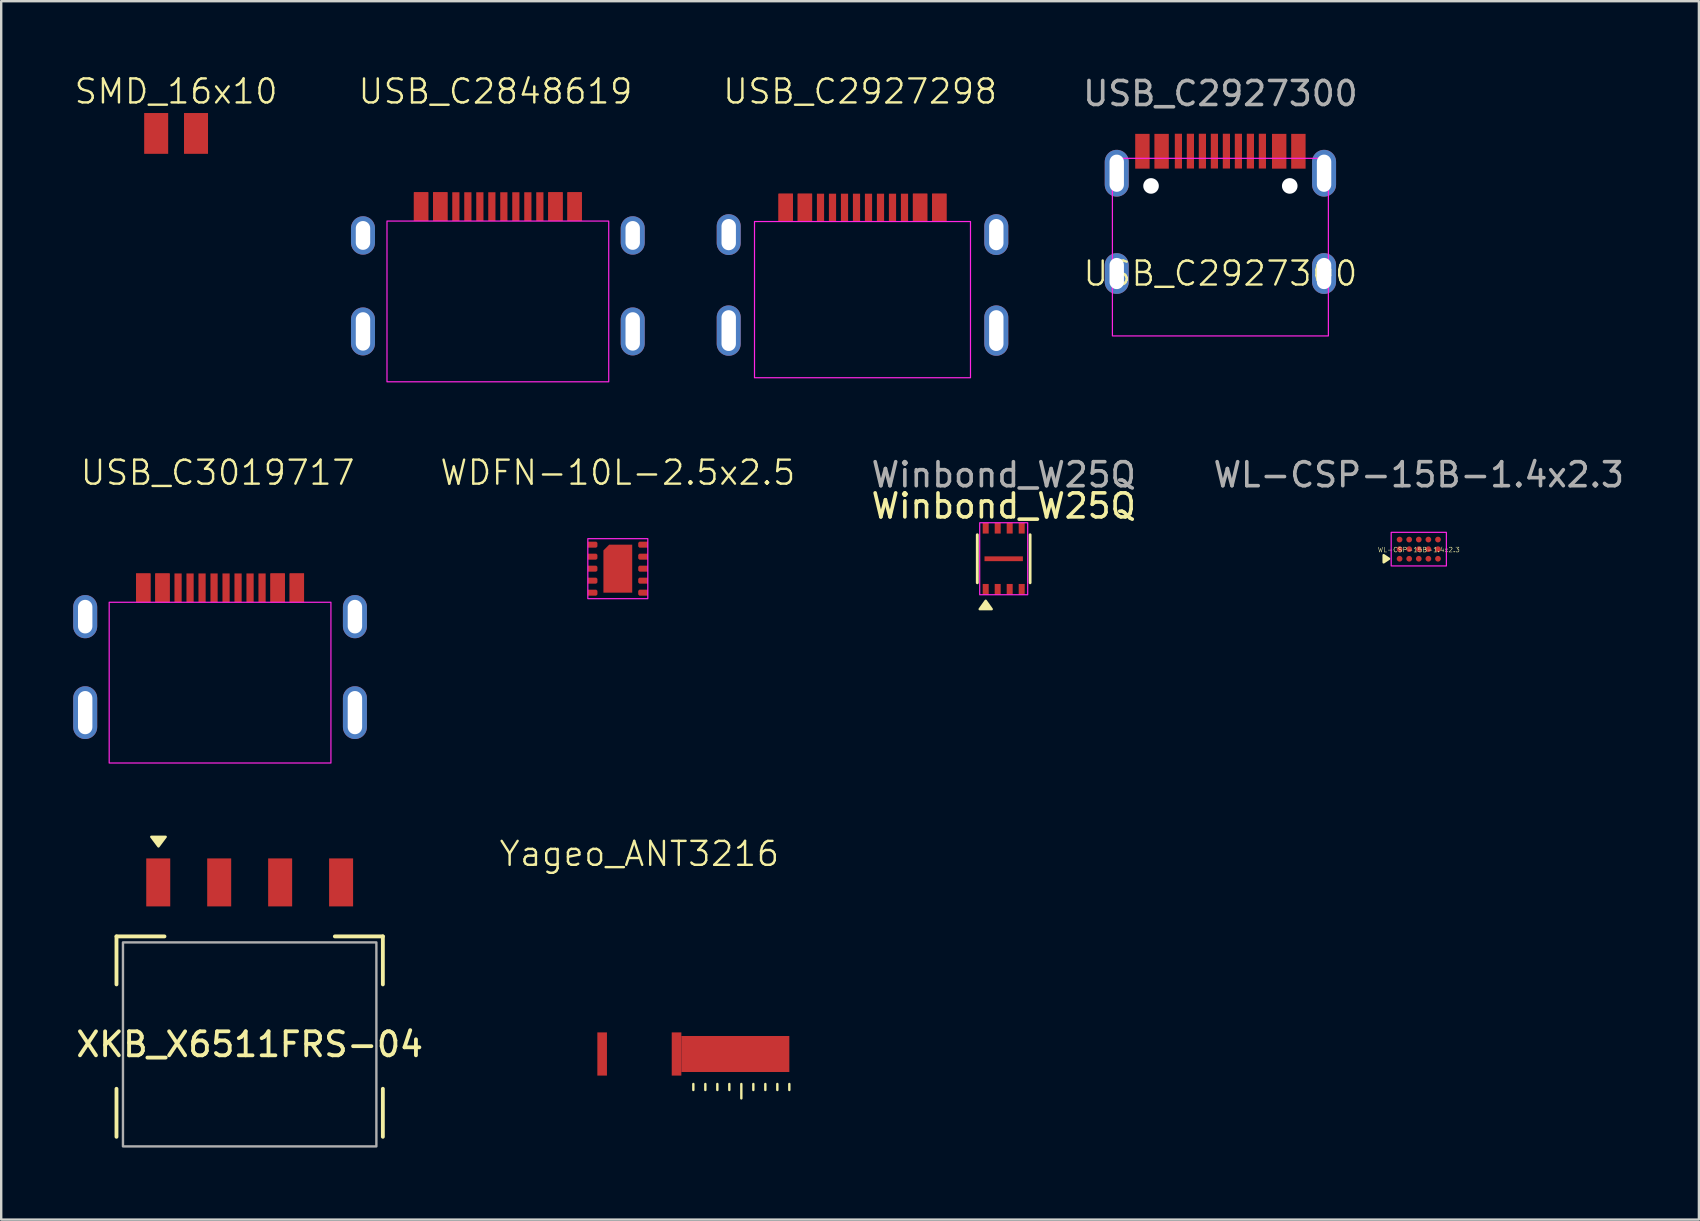
<source format=kicad_pcb>
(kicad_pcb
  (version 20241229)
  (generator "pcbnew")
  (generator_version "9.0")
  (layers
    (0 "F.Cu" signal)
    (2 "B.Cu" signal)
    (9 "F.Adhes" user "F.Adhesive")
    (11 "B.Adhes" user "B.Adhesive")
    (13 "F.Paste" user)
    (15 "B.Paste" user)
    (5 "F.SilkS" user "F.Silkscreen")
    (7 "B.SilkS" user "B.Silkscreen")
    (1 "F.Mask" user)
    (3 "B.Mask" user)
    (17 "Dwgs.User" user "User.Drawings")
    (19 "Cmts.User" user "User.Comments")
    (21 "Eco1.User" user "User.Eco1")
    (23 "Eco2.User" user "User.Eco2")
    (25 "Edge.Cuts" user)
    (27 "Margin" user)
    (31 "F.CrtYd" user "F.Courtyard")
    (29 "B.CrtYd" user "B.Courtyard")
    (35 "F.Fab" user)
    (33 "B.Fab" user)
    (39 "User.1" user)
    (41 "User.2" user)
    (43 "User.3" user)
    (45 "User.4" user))
  (footprint "WDFN-10L-2.5x2.5"
    (layer "F.Cu")
    (at 22.695 20.646)
    (property "Reference" "WDFN-10L-2.5x2.5" (at 0 -4 0) (unlocked yes) (layer "F.SilkS") (effects (font (size 1 1) (thickness 0.1))))
    (attr smd)
    (fp_rect (start -1.25 -1.25) (end 1.25 1.25) (stroke (width 0.05) (type default)) (fill no) (layer "F.CrtYd"))
    (pad "1" smd roundrect (at -1.05 -1) (size 0.4 0.25) (layers "F.Cu" "F.Mask" "F.Paste") (roundrect_rratio 0) (chamfer_ratio 0.2) (chamfer top_right bottom_right))
    (pad "2" smd roundrect (at -1.05 -0.5) (size 0.4 0.25) (layers "F.Cu" "F.Mask" "F.Paste") (roundrect_rratio 0) (chamfer_ratio 0.2) (chamfer top_right bottom_right))
    (pad "3" smd roundrect (at -1.05 0) (size 0.4 0.25) (layers "F.Cu" "F.Mask" "F.Paste") (roundrect_rratio 0) (chamfer_ratio 0.2) (chamfer top_right bottom_right))
    (pad "4" smd roundrect (at -1.05 0.5) (size 0.4 0.25) (layers "F.Cu" "F.Mask" "F.Paste") (roundrect_rratio 0) (chamfer_ratio 0.2) (chamfer top_right bottom_right))
    (pad "5" smd roundrect (at -1.05 1) (size 0.4 0.25) (layers "F.Cu" "F.Mask" "F.Paste") (roundrect_rratio 0) (chamfer_ratio 0.2) (chamfer top_right bottom_right))
    (pad "6" smd roundrect (at 1.05 1 180) (size 0.4 0.25) (layers "F.Cu" "F.Mask" "F.Paste") (roundrect_rratio 0) (chamfer_ratio 0.2) (chamfer top_right bottom_right))
    (pad "7" smd roundrect (at 1.05 0.5 180) (size 0.4 0.25) (layers "F.Cu" "F.Mask" "F.Paste") (roundrect_rratio 0) (chamfer_ratio 0.2) (chamfer top_right bottom_right))
    (pad "8" smd roundrect (at 1.05 0 180) (size 0.4 0.25) (layers "F.Cu" "F.Mask" "F.Paste") (roundrect_rratio 0) (chamfer_ratio 0.2) (chamfer top_right bottom_right))
    (pad "9" smd roundrect (at 1.05 -0.5 180) (size 0.4 0.25) (layers "F.Cu" "F.Mask" "F.Paste") (roundrect_rratio 0) (chamfer_ratio 0.2) (chamfer top_right bottom_right))
    (pad "10" smd roundrect (at 1.05 -1 180) (size 0.4 0.25) (layers "F.Cu" "F.Mask" "F.Paste") (roundrect_rratio 0) (chamfer_ratio 0.2) (chamfer top_right bottom_right))
    (pad "11" smd roundrect (at 0 0) (size 1.2 2) (layers "F.Cu" "F.Mask" "F.Paste") (roundrect_rratio 0) (chamfer_ratio 0.2) (chamfer top_left)))
  (footprint "XKB_X6511FRS-04"
    (layer "F.Cu")
    (at 7.354 33.721)
    (property "Reference" "XKB_X6511FRS-04" (at 0 6.75 0) (unlocked yes) (layer "F.SilkS") (effects (font (size 1 1) (thickness 0.16))))
    (attr smd)
    (fp_line (start -5.55 2.25) (end -3.55 2.25) (stroke (width 0.16) (type default)) (layer "F.SilkS"))
    (fp_line (start -5.55 4.25) (end -5.55 2.25) (stroke (width 0.16) (type default)) (layer "F.SilkS"))
    (fp_line (start -5.55 10.6) (end -5.55 8.6) (stroke (width 0.16) (type default)) (layer "F.SilkS"))
    (fp_line (start 3.55 2.25) (end 5.55 2.25) (stroke (width 0.16) (type default)) (layer "F.SilkS"))
    (fp_line (start 5.55 2.25) (end 5.55 4.25) (stroke (width 0.16) (type default)) (layer "F.SilkS"))
    (fp_line (start 5.55 8.6) (end 5.55 10.6) (stroke (width 0.16) (type default)) (layer "F.SilkS"))
    (fp_poly (pts (xy -4.1 -1.9) (xy -3.5 -1.9) (xy -3.8 -1.5)) (stroke (width 0.1) (type solid)) (fill yes) (layer "F.SilkS"))
    (fp_rect (start -5.28 2.5) (end 5.28 11) (stroke (width 0.1) (type default)) (fill no) (layer "F.Fab"))
    (pad "1" smd rect (at -3.81 0) (size 1 2) (layers "F.Cu" "F.Mask" "F.Paste"))
    (pad "2" smd rect (at -1.27 0) (size 1 2) (layers "F.Cu" "F.Mask" "F.Paste"))
    (pad "3" smd rect (at 1.27 0) (size 1 2) (layers "F.Cu" "F.Mask" "F.Paste"))
    (pad "4" smd rect (at 3.81 0) (size 1 2) (layers "F.Cu" "F.Mask" "F.Paste")))
  (footprint "SMD_16x10"
    (layer "F.Cu")
    (at 4.288 2.51)
    (property "Reference" "SMD_16x10" (at 0 -1.75 0) (unlocked yes) (layer "F.SilkS") (effects (font (size 1 1) (thickness 0.1))))
    (attr smd)
    (pad "1" smd rect (at 0.83 0 180) (size 1 1.7) (layers "F.Cu" "F.Mask" "F.Paste"))
    (pad "2" smd rect (at -0.83 0 180) (size 1 1.7) (layers "F.Cu" "F.Mask" "F.Paste")))
  (footprint "USB_C2848619"
    (layer "F.Cu")
    (at 17.696 8.161)
    (property "Reference" "USB_C2848619" (at -0.1 -7.4 0) (unlocked yes) (layer "F.SilkS") (effects (font (size 1 1) (thickness 0.1))))
    (attr smd)
    (fp_rect (start -4.62 -2) (end 4.62 4.7) (stroke (width 0.05) (type default)) (fill no) (layer "F.CrtYd"))
    (pad "A1" smd rect (at -3.2 -2.6) (size 0.6 1.2) (layers "F.Cu" "F.Mask" "F.Paste"))
    (pad "A4" smd rect (at -2.4 -2.6) (size 0.6 1.2) (layers "F.Cu" "F.Mask" "F.Paste"))
    (pad "A5" smd rect (at -1.25 -2.6) (size 0.3 1.2) (layers "F.Cu" "F.Mask" "F.Paste"))
    (pad "A6" smd rect (at -0.25 -2.6) (size 0.3 1.2) (layers "F.Cu" "F.Mask" "F.Paste"))
    (pad "A7" smd rect (at 0.25 -2.6) (size 0.3 1.2) (layers "F.Cu" "F.Mask" "F.Paste"))
    (pad "A8" smd rect (at 1.25 -2.6) (size 0.3 1.2) (layers "F.Cu" "F.Mask" "F.Paste"))
    (pad "A9" smd rect (at 2.4 -2.6) (size 0.6 1.2) (layers "F.Cu" "F.Mask" "F.Paste"))
    (pad "A12" smd rect (at 3.2 -2.6) (size 0.6 1.2) (layers "F.Cu" "F.Mask" "F.Paste"))
    (pad "B1" smd rect (at 3.2 -2.6) (size 0.6 1.2) (layers "F.Cu" "F.Mask" "F.Paste"))
    (pad "B4" smd rect (at 2.4 -2.6) (size 0.6 1.2) (layers "F.Cu" "F.Mask" "F.Paste"))
    (pad "B5" smd rect (at 1.75 -2.6) (size 0.3 1.2) (layers "F.Cu" "F.Mask" "F.Paste"))
    (pad "B6" smd rect (at 0.75 -2.6) (size 0.3 1.2) (layers "F.Cu" "F.Mask" "F.Paste"))
    (pad "B7" smd rect (at -0.75 -2.6) (size 0.3 1.2) (layers "F.Cu" "F.Mask" "F.Paste"))
    (pad "B8" smd rect (at -1.75 -2.6) (size 0.3 1.2) (layers "F.Cu" "F.Mask" "F.Paste"))
    (pad "B9" smd rect (at -2.4 -2.6) (size 0.6 1.2) (layers "F.Cu" "F.Mask" "F.Paste"))
    (pad "B12" smd rect (at -3.2 -2.6) (size 0.6 1.2) (layers "F.Cu" "F.Mask" "F.Paste"))
    (pad "S1" thru_hole oval (at -5.62 -1.4) (size 1 1.6) (drill oval 0.6 1.2) (layers "*.Cu" "*.Mask"))
    (pad "S1" thru_hole oval (at -5.62 2.6) (size 1 2) (drill oval 0.6 1.6) (layers "*.Cu" "*.Mask"))
    (pad "S1" thru_hole oval (at 5.62 -1.4) (size 1 1.6) (drill oval 0.6 1.2) (layers "*.Cu" "*.Mask"))
    (pad "S1" thru_hole oval (at 5.62 2.6) (size 1 2) (drill oval 0.6 1.6) (layers "*.Cu" "*.Mask")))
  (footprint "Winbond_W25Q"
    (layer "F.Cu")
    (at 38.775 20.234)
    (property "Reference" "Winbond_W25Q" (at 0 -2.2 0) (unlocked yes) (layer "F.SilkS") (effects (font (size 1 1) (thickness 0.15))))
    (attr smd)
    (fp_line (start -1.1 -1) (end -1.1 1) (stroke (width 0.12) (type default)) (layer "F.SilkS"))
    (fp_line (start 1.1 -1) (end 1.1 1) (stroke (width 0.12) (type default)) (layer "F.SilkS"))
    (fp_poly (pts (xy -1 2.1) (xy -0.5 2.1) (xy -0.75 1.75)) (stroke (width 0.1) (type solid)) (fill yes) (layer "F.SilkS"))
    (fp_rect (start -1 -1.5) (end 1 1.5) (stroke (width 0.05) (type default)) (fill no) (layer "F.CrtYd"))
    (fp_text user "${REFERENCE}" (at 0 -3.5 0) (unlocked yes) (layer "F.Fab") (effects (font (size 1 1) (thickness 0.15))))
    (pad "1" smd rect (at -0.75 1.275 90) (size 0.45 0.25) (layers "F.Cu" "F.Mask" "F.Paste"))
    (pad "2" smd rect (at -0.25 1.275 90) (size 0.45 0.25) (layers "F.Cu" "F.Mask" "F.Paste"))
    (pad "3" smd rect (at 0.25 1.275 90) (size 0.45 0.25) (layers "F.Cu" "F.Mask" "F.Paste"))
    (pad "4" smd rect (at 0 0 180) (size 1.6 0.2) (layers "F.Cu" "F.Mask" "F.Paste"))
    (pad "4" smd rect (at 0.75 1.275 90) (size 0.45 0.25) (layers "F.Cu" "F.Mask" "F.Paste"))
    (pad "5" smd rect (at 0.75 -1.275 90) (size 0.45 0.25) (layers "F.Cu" "F.Mask" "F.Paste"))
    (pad "6" smd rect (at 0.25 -1.275 90) (size 0.45 0.25) (layers "F.Cu" "F.Mask" "F.Paste"))
    (pad "7" smd rect (at -0.25 -1.275 90) (size 0.45 0.25) (layers "F.Cu" "F.Mask" "F.Paste"))
    (pad "8" smd rect (at -0.75 -1.275 90) (size 0.45 0.25) (layers "F.Cu" "F.Mask" "F.Paste")))
  (footprint "USB_C2927298"
    (layer "F.Cu")
    (at 32.891 8.161)
    (property "Reference" "USB_C2927298" (at -0.1 -7.4 0) (unlocked yes) (layer "F.SilkS") (effects (font (size 1 1) (thickness 0.1))))
    (attr smd)
    (fp_rect (start -4.5 -1.98) (end 4.5 4.53) (stroke (width 0.05) (type default)) (fill no) (layer "F.CrtYd"))
    (pad "A1" smd rect (at -3.2 -2.565) (size 0.6 1.15) (layers "F.Cu" "F.Mask" "F.Paste"))
    (pad "A4" smd rect (at -2.4 -2.565) (size 0.6 1.15) (layers "F.Cu" "F.Mask" "F.Paste"))
    (pad "A5" smd rect (at -1.25 -2.565) (size 0.3 1.15) (layers "F.Cu" "F.Mask" "F.Paste"))
    (pad "A6" smd rect (at -0.25 -2.565) (size 0.3 1.15) (layers "F.Cu" "F.Mask" "F.Paste"))
    (pad "A7" smd rect (at 0.25 -2.565) (size 0.3 1.15) (layers "F.Cu" "F.Mask" "F.Paste"))
    (pad "A8" smd rect (at 1.25 -2.565) (size 0.3 1.15) (layers "F.Cu" "F.Mask" "F.Paste"))
    (pad "A9" smd rect (at 2.4 -2.565) (size 0.6 1.15) (layers "F.Cu" "F.Mask" "F.Paste"))
    (pad "A12" smd rect (at 3.2 -2.565) (size 0.6 1.15) (layers "F.Cu" "F.Mask" "F.Paste"))
    (pad "B1" smd rect (at 3.2 -2.565) (size 0.6 1.15) (layers "F.Cu" "F.Mask" "F.Paste"))
    (pad "B4" smd rect (at 2.4 -2.565) (size 0.6 1.15) (layers "F.Cu" "F.Mask" "F.Paste"))
    (pad "B5" smd rect (at 1.75 -2.565) (size 0.3 1.15) (layers "F.Cu" "F.Mask" "F.Paste"))
    (pad "B6" smd rect (at 0.75 -2.565) (size 0.3 1.15) (layers "F.Cu" "F.Mask" "F.Paste"))
    (pad "B7" smd rect (at -0.75 -2.565) (size 0.3 1.15) (layers "F.Cu" "F.Mask" "F.Paste"))
    (pad "B8" smd rect (at -1.75 -2.565) (size 0.3 1.15) (layers "F.Cu" "F.Mask" "F.Paste"))
    (pad "B9" smd rect (at -2.4 -2.565) (size 0.6 1.15) (layers "F.Cu" "F.Mask" "F.Paste"))
    (pad "B12" smd rect (at -3.2 -2.565) (size 0.6 1.15) (layers "F.Cu" "F.Mask" "F.Paste"))
    (pad "S1" thru_hole oval (at -5.575 -1.435) (size 1 1.7) (drill oval 0.6 1.3) (layers "*.Cu" "*.Mask"))
    (pad "S1" thru_hole oval (at -5.575 2.565) (size 1 2.1) (drill oval 0.6 1.7) (layers "*.Cu" "*.Mask"))
    (pad "S1" thru_hole oval (at 5.575 -1.435) (size 1 1.7) (drill oval 0.6 1.3) (layers "*.Cu" "*.Mask"))
    (pad "S1" thru_hole oval (at 5.575 2.565) (size 1 2.1) (drill oval 0.6 1.7) (layers "*.Cu" "*.Mask")))
  (footprint "WL-CSP-15B-1.4x2.3"
    (layer "F.Cu")
    (at 56.072 19.834)
    (property "Reference" "WL-CSP-15B-1.4x2.3" (at 0 0.025 0) (unlocked yes) (layer "F.SilkS") (effects (font (size 0.2 0.2) (thickness 0.02))))
    (attr smd)
    (fp_poly (pts (xy -1.464 0.55) (xy -1.239 0.4) (xy -1.464 0.25)) (stroke (width 0.1) (type solid)) (fill yes) (layer "F.SilkS"))
    (fp_rect (start -1.15 -0.7) (end 1.15 0.7) (stroke (width 0.05) (type default)) (fill no) (layer "F.CrtYd"))
    (fp_text user "${REFERENCE}" (at 0 -3.1 0) (unlocked yes) (layer "F.Fab") (effects (font (size 1 1) (thickness 0.15))))
    (pad "A1" smd circle (at -0.8 0.4) (size 0.24 0.24) (layers "F.Cu" "F.Mask"))
    (pad "A2" smd circle (at -0.8 0) (size 0.24 0.24) (layers "F.Cu" "F.Mask"))
    (pad "A3" smd circle (at -0.8 -0.4) (size 0.24 0.24) (layers "F.Cu" "F.Mask"))
    (pad "B1" smd circle (at -0.4 0.4) (size 0.24 0.24) (layers "F.Cu" "F.Mask"))
    (pad "B2" smd circle (at -0.4 0) (size 0.24 0.24) (layers "F.Cu" "F.Mask"))
    (pad "B3" smd circle (at -0.4 -0.4) (size 0.24 0.24) (layers "F.Cu" "F.Mask"))
    (pad "C1" smd circle (at 0 0.4) (size 0.24 0.24) (layers "F.Cu" "F.Mask"))
    (pad "C2" smd circle (at 0 0) (size 0.24 0.24) (layers "F.Cu" "F.Mask"))
    (pad "C3" smd circle (at 0 -0.4) (size 0.24 0.24) (layers "F.Cu" "F.Mask"))
    (pad "D1" smd circle (at 0.4 0.4) (size 0.24 0.24) (layers "F.Cu" "F.Mask"))
    (pad "D2" smd circle (at 0.4 0) (size 0.24 0.24) (layers "F.Cu" "F.Mask"))
    (pad "D3" smd circle (at 0.4 -0.4) (size 0.24 0.24) (layers "F.Cu" "F.Mask"))
    (pad "E1" smd circle (at 0.8 0.4) (size 0.24 0.24) (layers "F.Cu" "F.Mask"))
    (pad "E2" smd circle (at 0.8 0) (size 0.24 0.24) (layers "F.Cu" "F.Mask"))
    (pad "E3" smd circle (at 0.8 -0.4) (size 0.24 0.24) (layers "F.Cu" "F.Mask")))
  (footprint "USB_C3019717"
    (layer "F.Cu")
    (at 6.12 24.046)
    (property "Reference" "USB_C3019717" (at -0.1 -7.4 0) (unlocked yes) (layer "F.SilkS") (effects (font (size 1 1) (thickness 0.1))))
    (attr smd)
    (fp_rect (start -4.62 -2) (end 4.62 4.7) (stroke (width 0.05) (type default)) (fill no) (layer "F.CrtYd"))
    (pad "A1" smd rect (at -3.2 -2.6) (size 0.6 1.2) (layers "F.Cu" "F.Mask" "F.Paste"))
    (pad "A4" smd rect (at -2.4 -2.6) (size 0.6 1.2) (layers "F.Cu" "F.Mask" "F.Paste"))
    (pad "A5" smd rect (at -1.25 -2.6) (size 0.3 1.2) (layers "F.Cu" "F.Mask" "F.Paste"))
    (pad "A6" smd rect (at -0.25 -2.6) (size 0.3 1.2) (layers "F.Cu" "F.Mask" "F.Paste"))
    (pad "A7" smd rect (at 0.25 -2.6) (size 0.3 1.2) (layers "F.Cu" "F.Mask" "F.Paste"))
    (pad "A8" smd rect (at 1.25 -2.6) (size 0.3 1.2) (layers "F.Cu" "F.Mask" "F.Paste"))
    (pad "A9" smd rect (at 2.4 -2.6) (size 0.6 1.2) (layers "F.Cu" "F.Mask" "F.Paste"))
    (pad "A12" smd rect (at 3.2 -2.6) (size 0.6 1.2) (layers "F.Cu" "F.Mask" "F.Paste"))
    (pad "B1" smd rect (at 3.2 -2.6) (size 0.6 1.2) (layers "F.Cu" "F.Mask" "F.Paste"))
    (pad "B4" smd rect (at 2.4 -2.6) (size 0.6 1.2) (layers "F.Cu" "F.Mask" "F.Paste"))
    (pad "B5" smd rect (at 1.75 -2.6) (size 0.3 1.2) (layers "F.Cu" "F.Mask" "F.Paste"))
    (pad "B6" smd rect (at 0.75 -2.6) (size 0.3 1.2) (layers "F.Cu" "F.Mask" "F.Paste"))
    (pad "B7" smd rect (at -0.75 -2.6) (size 0.3 1.2) (layers "F.Cu" "F.Mask" "F.Paste"))
    (pad "B8" smd rect (at -1.75 -2.6) (size 0.3 1.2) (layers "F.Cu" "F.Mask" "F.Paste"))
    (pad "B9" smd rect (at -2.4 -2.6) (size 0.6 1.2) (layers "F.Cu" "F.Mask" "F.Paste"))
    (pad "B12" smd rect (at -3.2 -2.6) (size 0.6 1.2) (layers "F.Cu" "F.Mask" "F.Paste"))
    (pad "S1" thru_hole oval (at -5.62 -1.4) (size 1 1.8) (drill oval 0.6 1.4) (layers "*.Cu" "*.Mask"))
    (pad "S1" thru_hole oval (at -5.62 2.6) (size 1 2.2) (drill oval 0.6 1.8) (layers "*.Cu" "*.Mask"))
    (pad "S1" thru_hole oval (at 5.62 -1.4) (size 1 1.8) (drill oval 0.6 1.4) (layers "*.Cu" "*.Mask"))
    (pad "S1" thru_hole oval (at 5.62 2.6) (size 1 2.2) (drill oval 0.6 1.8) (layers "*.Cu" "*.Mask")))
  (footprint "USB_C2927300"
    (layer "F.Cu")
    (at 47.805 8.348)
    (property "Reference" "USB_C2927300" (at 0 0 0) (unlocked yes) (layer "F.SilkS") (effects (font (size 1 1) (thickness 0.1))))
    (attr smd)
    (fp_rect (start -4.5 -4.8) (end 4.5 2.6) (stroke (width 0.05) (type default)) (fill no) (layer "F.CrtYd"))
    (fp_text user "${REFERENCE}" (at 0 -7.5 0) (unlocked yes) (layer "F.Fab") (effects (font (size 1 1) (thickness 0.15))))
    (pad "" thru_hole oval (at -4.32 -4.18) (size 1 1.95) (drill oval 0.6 1.55) (layers "*.Cu" "*.Mask"))
    (pad "" thru_hole oval (at -4.32 0) (size 1 1.7) (drill oval 0.6 1.3) (layers "*.Cu" "*.Mask"))
    (pad "" np_thru_hole circle (at -2.89 -3.65) (size 0.65 0.65) (drill 0.65) (layers "*.Cu" "*.Mask"))
    (pad "" np_thru_hole circle (at 2.89 -3.65) (size 0.65 0.65) (drill 0.65) (layers "*.Cu" "*.Mask"))
    (pad "" thru_hole oval (at 4.32 -4.18) (size 1 1.95) (drill oval 0.6 1.55) (layers "*.Cu" "*.Mask"))
    (pad "" thru_hole oval (at 4.32 0) (size 1 1.7) (drill oval 0.6 1.3) (layers "*.Cu" "*.Mask"))
    (pad "A1" smd rect (at -3.25 -5.095) (size 0.6 1.45) (layers "F.Cu" "F.Mask" "F.Paste"))
    (pad "A4" smd rect (at -2.45 -5.095) (size 0.6 1.45) (layers "F.Cu" "F.Mask" "F.Paste"))
    (pad "A5" smd rect (at -1.25 -5.1) (size 0.3 1.45) (layers "F.Cu" "F.Mask" "F.Paste"))
    (pad "A6" smd rect (at -0.25 -5.1) (size 0.3 1.45) (layers "F.Cu" "F.Mask" "F.Paste"))
    (pad "A7" smd rect (at 0.25 -5.1) (size 0.3 1.45) (layers "F.Cu" "F.Mask" "F.Paste"))
    (pad "A8" smd rect (at 1.25 -5.1) (size 0.3 1.45) (layers "F.Cu" "F.Mask" "F.Paste"))
    (pad "A9" smd rect (at 2.45 -5.095) (size 0.6 1.45) (layers "F.Cu" "F.Mask" "F.Paste"))
    (pad "A12" smd rect (at 3.25 -5.095) (size 0.6 1.45) (layers "F.Cu" "F.Mask" "F.Paste"))
    (pad "B5" smd rect (at 1.75 -5.1) (size 0.3 1.45) (layers "F.Cu" "F.Mask" "F.Paste"))
    (pad "B6" smd rect (at 0.75 -5.1) (size 0.3 1.45) (layers "F.Cu" "F.Mask" "F.Paste"))
    (pad "B7" smd rect (at -0.75 -5.1) (size 0.3 1.45) (layers "F.Cu" "F.Mask" "F.Paste"))
    (pad "B8" smd rect (at -1.75 -5.1) (size 0.3 1.45) (layers "F.Cu" "F.Mask" "F.Paste")))
  (footprint "Yageo_ANT3216"
    (layer "F.Cu")
    (at 23.592 40.871)
    (property "Reference" "Yageo_ANT3216" (at 0 -8.34 0) (unlocked yes) (layer "F.SilkS") (effects (font (size 1 1) (thickness 0.1))))
    (attr smd)
    (fp_rect (start 1.75 -0.75) (end 6.25 0.75) (stroke (width 0) (type solid)) (fill yes) (layer "F.Cu"))
    (fp_line (start 2.25 1.25) (end 2.25 1.5) (stroke (width 0.1) (type default)) (layer "F.SilkS"))
    (fp_line (start 2.75 1.25) (end 2.75 1.5) (stroke (width 0.1) (type default)) (layer "F.SilkS"))
    (fp_line (start 3.25 1.25) (end 3.25 1.5) (stroke (width 0.1) (type default)) (layer "F.SilkS"))
    (fp_line (start 3.75 1.25) (end 3.75 1.5) (stroke (width 0.1) (type default)) (layer "F.SilkS"))
    (fp_line (start 4.25 1.25) (end 4.25 1.85) (stroke (width 0.1) (type default)) (layer "F.SilkS"))
    (fp_line (start 4.75 1.25) (end 4.75 1.5) (stroke (width 0.1) (type default)) (layer "F.SilkS"))
    (fp_line (start 5.25 1.25) (end 5.25 1.5) (stroke (width 0.1) (type default)) (layer "F.SilkS"))
    (fp_line (start 5.75 1.25) (end 5.75 1.5) (stroke (width 0.1) (type default)) (layer "F.SilkS"))
    (fp_line (start 6.25 1.25) (end 6.25 1.5) (stroke (width 0.1) (type default)) (layer "F.SilkS"))
    (pad "" smd rect (at 1.55 0 90) (size 1.8 0.4) (layers "F.Cu" "F.Mask" "F.Paste"))
    (pad "1" smd rect (at -1.55 0 90) (size 1.8 0.4) (layers "F.Cu" "F.Mask" "F.Paste")))
  (gr_rect
    (start -3 -3)
    (end 67.745 47.771)
    (stroke (width 0.1) (type default))
    (fill no)
    (layer "Edge.Cuts")))
</source>
